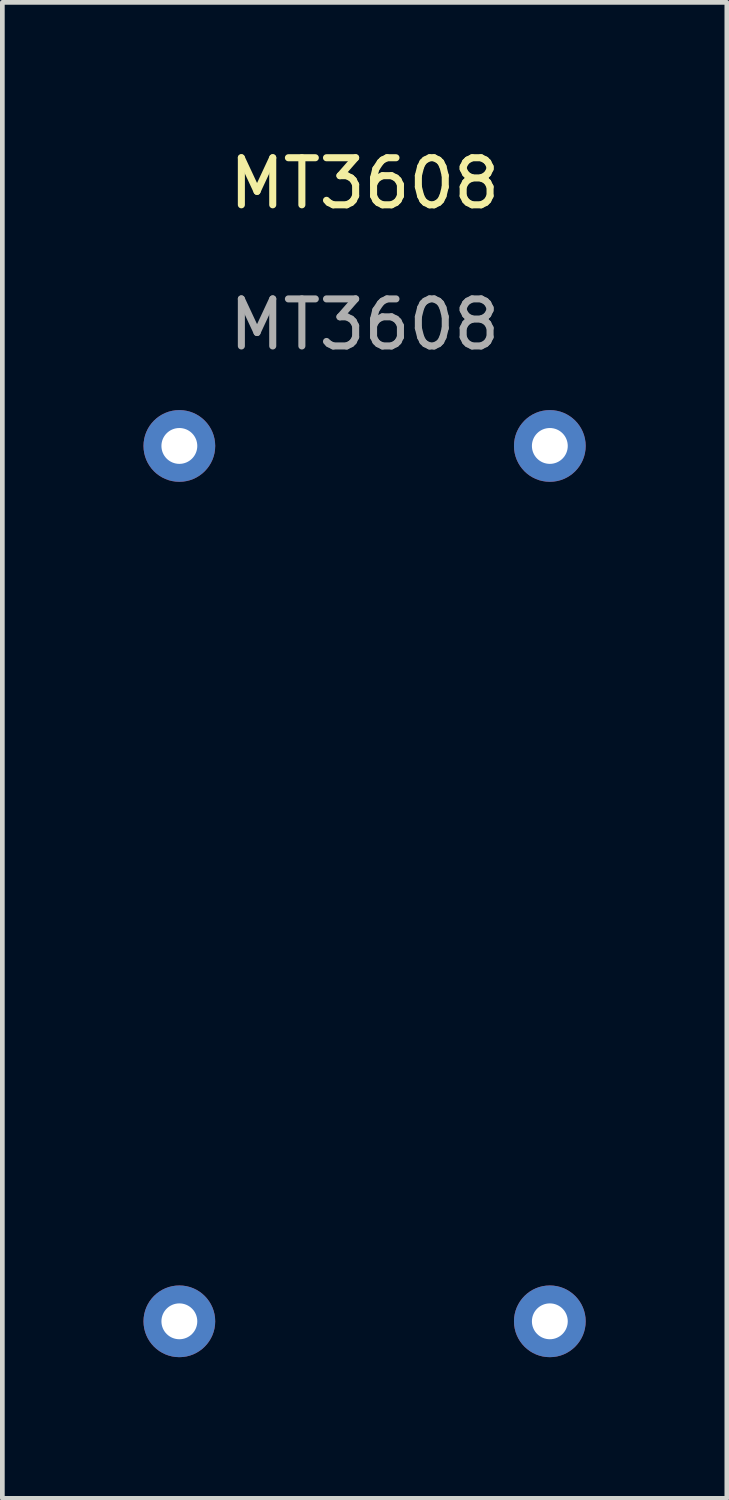
<source format=kicad_pcb>
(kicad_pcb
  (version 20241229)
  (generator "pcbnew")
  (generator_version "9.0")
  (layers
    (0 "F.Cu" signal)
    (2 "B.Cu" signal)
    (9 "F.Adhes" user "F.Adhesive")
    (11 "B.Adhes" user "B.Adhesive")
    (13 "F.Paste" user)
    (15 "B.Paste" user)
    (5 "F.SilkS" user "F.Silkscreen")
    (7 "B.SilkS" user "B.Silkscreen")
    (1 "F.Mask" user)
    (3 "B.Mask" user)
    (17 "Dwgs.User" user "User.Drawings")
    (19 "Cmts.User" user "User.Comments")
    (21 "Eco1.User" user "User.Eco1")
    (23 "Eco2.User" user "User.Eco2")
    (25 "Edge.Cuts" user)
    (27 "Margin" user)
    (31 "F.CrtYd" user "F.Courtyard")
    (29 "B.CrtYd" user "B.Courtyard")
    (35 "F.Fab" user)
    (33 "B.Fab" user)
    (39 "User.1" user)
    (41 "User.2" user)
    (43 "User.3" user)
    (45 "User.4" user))
  (footprint "MT3608"
    (layer "F.Cu")
    (at 4.699 1.348)
    (property "Reference" "MT3608" (at 0 -0.5 0) (unlocked yes) (layer "F.SilkS") (effects (font (size 1 1) (thickness 0.15))))
    (attr through_hole)
    (fp_text user "${REFERENCE}" (at 0 2.5 0) (unlocked yes) (layer "F.Fab") (effects (font (size 1 1) (thickness 0.15))))
    (pad "1" thru_hole circle (at -3.937 5.08) (size 1.524 1.524) (drill 0.762) (layers "*.Cu" "*.Mask"))
    (pad "2" thru_hole circle (at -3.937 23.685) (size 1.524 1.524) (drill 0.762) (layers "*.Cu" "*.Mask"))
    (pad "3" thru_hole circle (at 3.937 5.08) (size 1.524 1.524) (drill 0.762) (layers "*.Cu" "*.Mask"))
    (pad "4" thru_hole circle (at 3.937 23.685) (size 1.524 1.524) (drill 0.762) (layers "*.Cu" "*.Mask")))
  (gr_rect
    (start -3 -3)
    (end 12.398 28.795)
    (stroke (width 0.1) (type default))
    (fill no)
    (layer "Edge.Cuts")))
</source>
